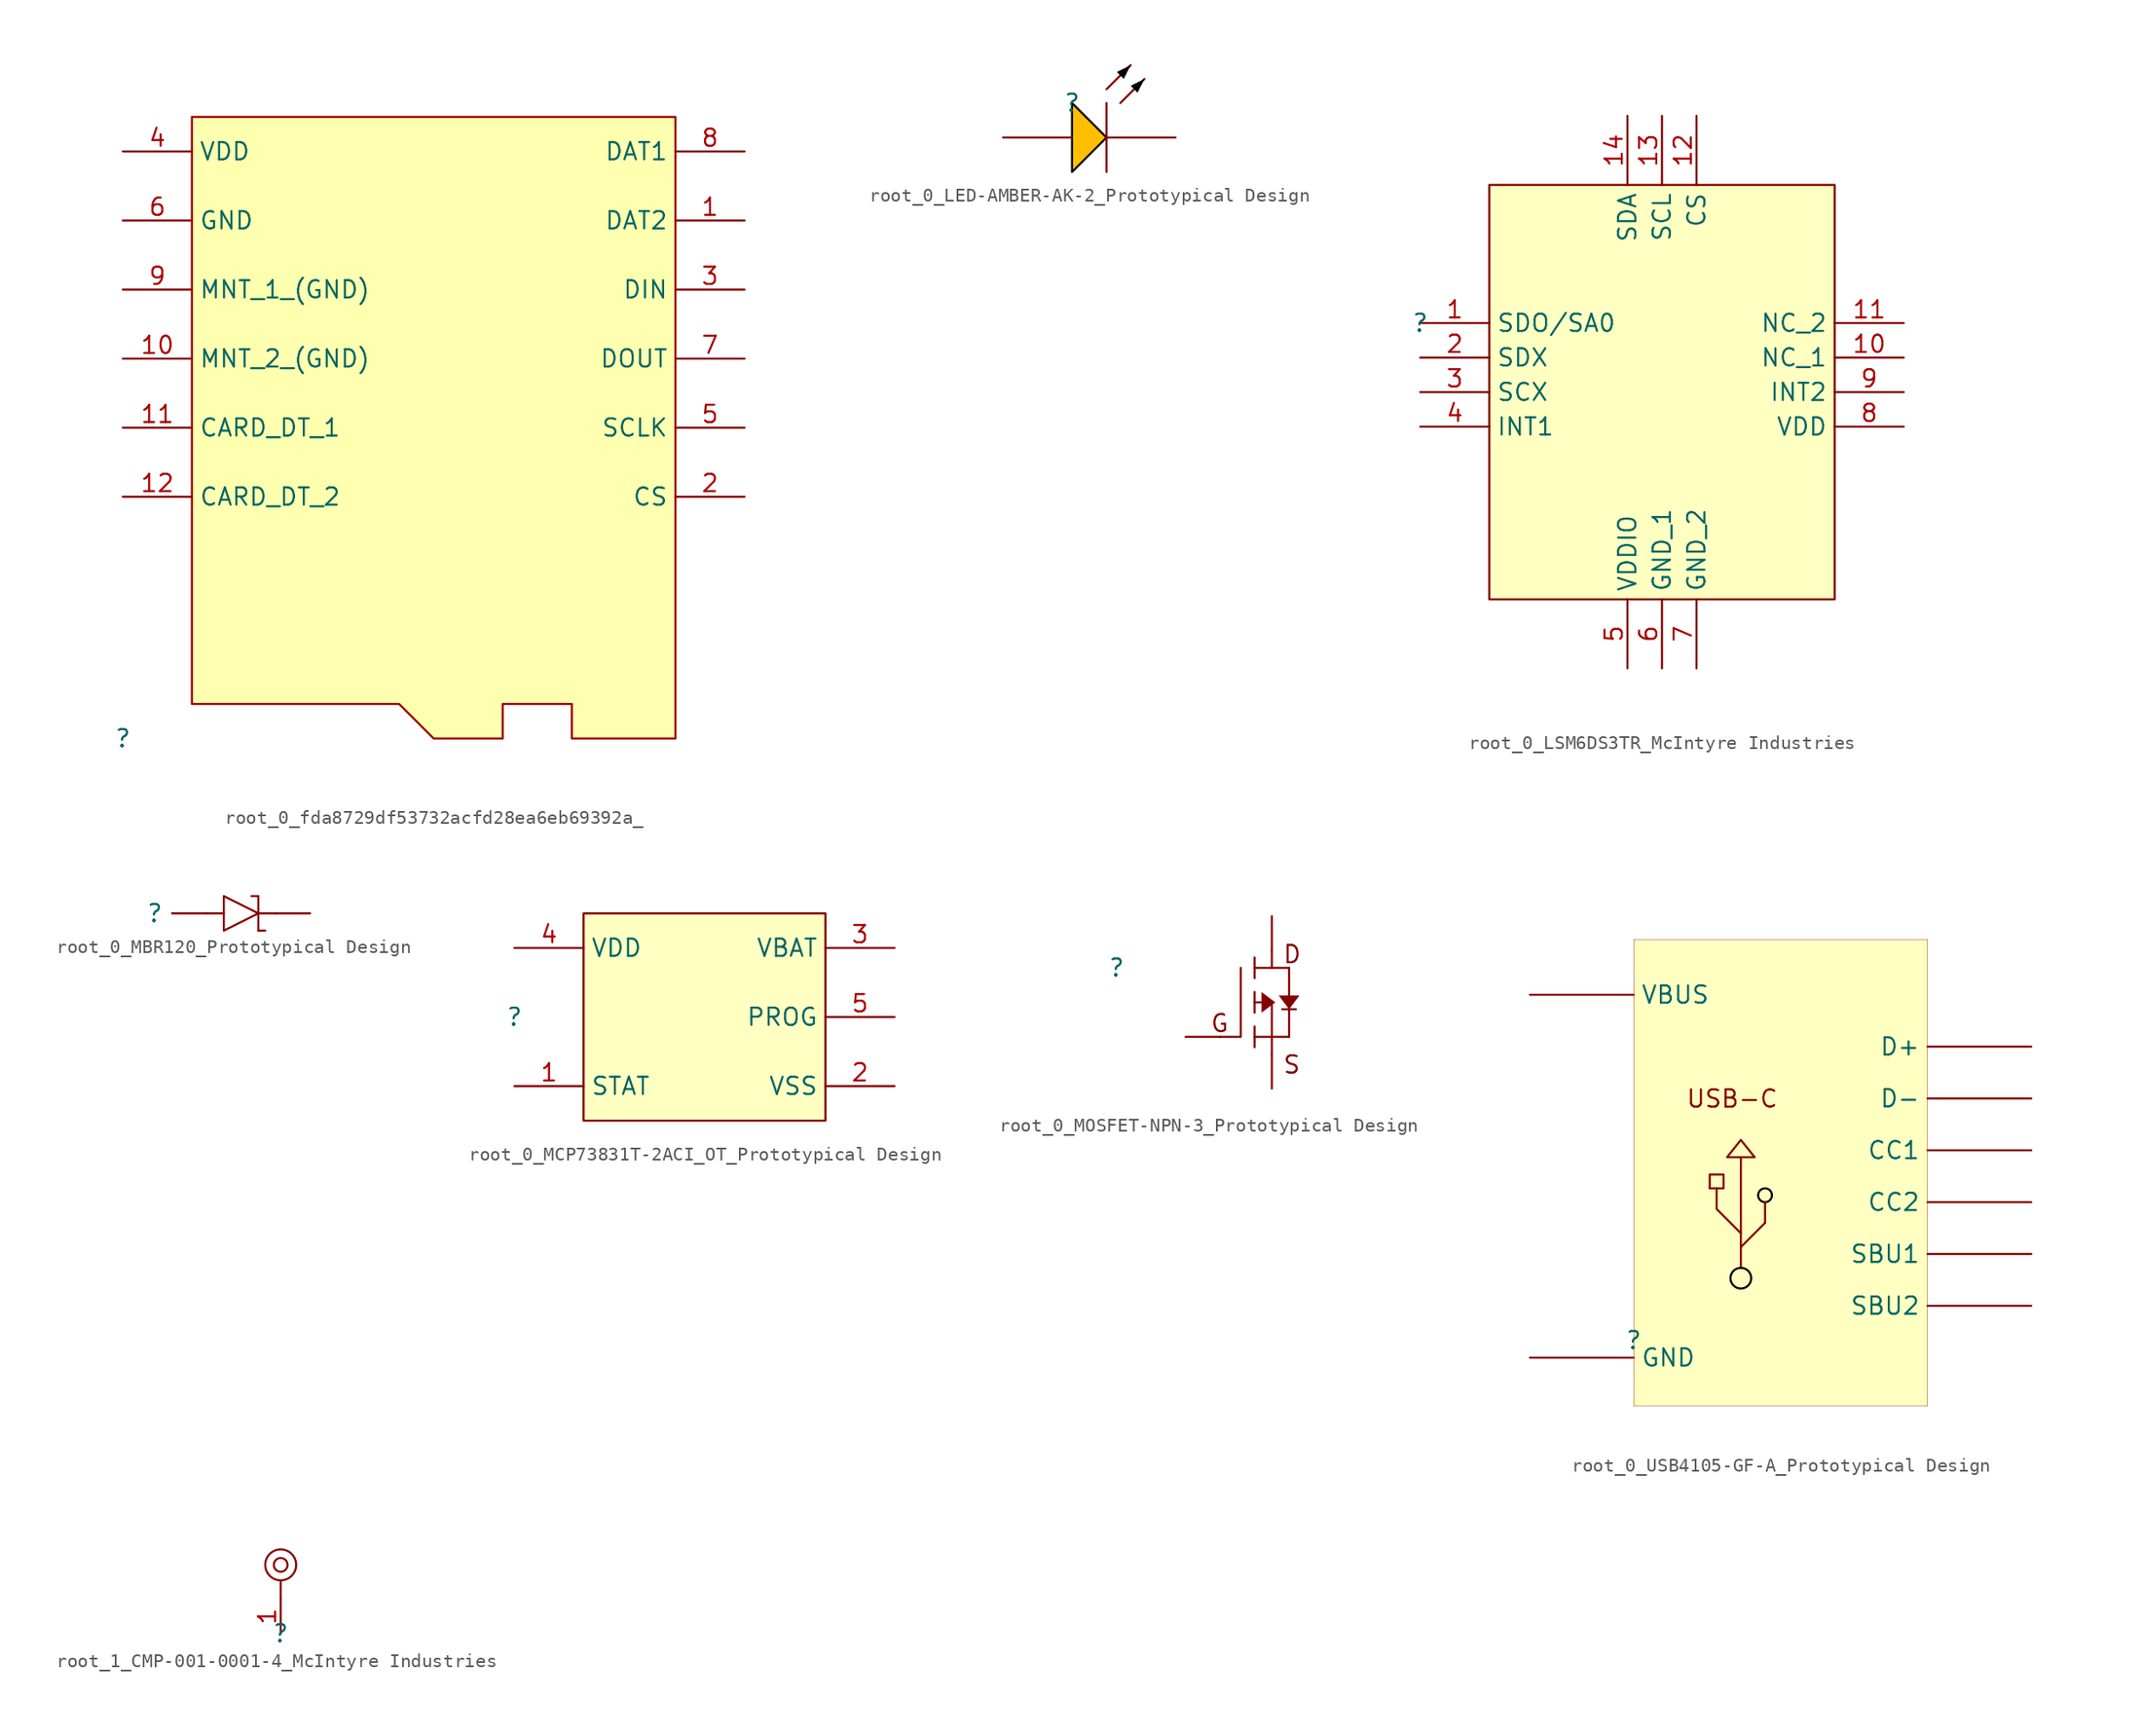
<source format=kicad_sym>
(kicad_symbol_lib
  (version 20241209)
  (generator "kicad_symbol_editor")
  (generator_version "9.0")
  (symbol "root_0_fda8729df53732acfd28ea6eb69392a_"
    (property "Reference" ""
      (at 0 0 0)
      (effects (font (size 1.27 1.27))))
    (property "Value" ""
      (at 0 0 0)
      (effects (font (size 1.27 1.27))))
    (symbol "root_0_fda8729df53732acfd28ea6eb69392a__1_0"
      (polyline (pts (xy 5.08 45.72) (xy 5.08 2.54) (xy 20.32 2.54) (xy 22.86 0) (xy 27.94 0) (xy 27.94 2.54) (xy 33.02 2.54) (xy 33.02 0) (xy 40.64 0) (xy 40.64 45.72) (xy 22.86 45.72) (xy 5.08 45.72)) (stroke (width 0) (type solid) (color 152 0 0 1)) (fill (type color) (color 255 255 176 1)))
      (pin passive line (at 0 43.18 0) (length 5.08) (name "VDD" (effects (font (size 1.27 1.27)))) (number "4" (effects (font (size 1.27 1.27)))))
      (pin passive line (at 0 38.1 0) (length 5.08) (name "GND" (effects (font (size 1.27 1.27)))) (number "6" (effects (font (size 1.27 1.27)))))
      (pin passive line (at 0 33.02 0) (length 5.08) (name "MNT_1_(GND)" (effects (font (size 1.27 1.27)))) (number "9" (effects (font (size 1.27 1.27)))))
      (pin passive line (at 0 27.94 0) (length 5.08) (name "MNT_2_(GND)" (effects (font (size 1.27 1.27)))) (number "10" (effects (font (size 1.27 1.27)))))
      (pin passive line (at 0 22.86 0) (length 5.08) (name "CARD_DT_1" (effects (font (size 1.27 1.27)))) (number "11" (effects (font (size 1.27 1.27)))))
      (pin passive line (at 0 17.78 0) (length 5.08) (name "CARD_DT_2" (effects (font (size 1.27 1.27)))) (number "12" (effects (font (size 1.27 1.27)))))
      (pin bidirectional line (at 45.72 43.18 180) (length 5.08) (name "DAT1" (effects (font (size 1.27 1.27)))) (number "8" (effects (font (size 1.27 1.27)))))
      (pin bidirectional line (at 45.72 38.1 180) (length 5.08) (name "DAT2" (effects (font (size 1.27 1.27)))) (number "1" (effects (font (size 1.27 1.27)))))
      (pin input line (at 45.72 33.02 180) (length 5.08) (name "DIN" (effects (font (size 1.27 1.27)))) (number "3" (effects (font (size 1.27 1.27)))))
      (pin output line (at 45.72 27.94 180) (length 5.08) (name "DOUT" (effects (font (size 1.27 1.27)))) (number "7" (effects (font (size 1.27 1.27)))))
      (pin input line (at 45.72 22.86 180) (length 5.08) (name "SCLK" (effects (font (size 1.27 1.27)))) (number "5" (effects (font (size 1.27 1.27)))))
      (pin input line (at 45.72 17.78 180) (length 5.08) (name "CS" (effects (font (size 1.27 1.27)))) (number "2" (effects (font (size 1.27 1.27)))))))
  (symbol "root_0_LED-AMBER-AK-2_Prototypical Design"
    (pin_numbers
      (hide yes))
    (pin_names
      (hide yes))
    (property "Reference" ""
      (at 0 0 0)
      (effects (font (size 1.27 1.27))))
    (property "Value" ""
      (at 0 0 0)
      (effects (font (size 1.27 1.27))))
    (symbol "root_0_LED-AMBER-AK-2_Prototypical Design_1_0"
      (polyline (pts (xy 0 -5.08) (xy 2.54 -2.54) (xy 0 0) (xy 0 -5.08)) (stroke (width 0) (type solid) (color 0 0 0 1)) (fill (type color) (color 255 191 0 1)))
      (polyline (pts (xy 2.54 1.016) (xy 4.318 2.794)) (stroke (width 0) (type solid)) (fill (type none)))
      (polyline (pts (xy 2.54 0) (xy 2.54 -5.08)) (stroke (width 0) (type solid)) (fill (type none)))
      (polyline (pts (xy 3.556 0) (xy 5.334 1.778)) (stroke (width 0) (type solid)) (fill (type none)))
      (polyline (pts (xy 4.318 2.794) (xy 3.302 2.286) (xy 3.81 1.778) (xy 4.318 2.794)) (stroke (width -0.0001) (type solid) (color 0 0 0 1)) (fill (type outline)))
      (polyline (pts (xy 5.334 1.778) (xy 4.318 1.27) (xy 4.826 0.762) (xy 5.334 1.778)) (stroke (width -0.0001) (type solid) (color 0 0 0 1)) (fill (type outline)))
      (pin passive line (at -5.08 -2.54 0) (length 5.08) (name "A" (effects (font (size 1.27 1.27)))) (number "1" (effects (font (size 1.27 1.27)))))
      (pin passive line (at 7.62 -2.54 180) (length 5.08) (name "K" (effects (font (size 1.27 1.27)))) (number "2" (effects (font (size 1.27 1.27)))))))
  (symbol "root_0_LSM6DS3TR_McIntyre Industries"
    (property "Reference" ""
      (at 0 0 0)
      (effects (font (size 1.27 1.27))))
    (property "Value" ""
      (at 0 0 0)
      (effects (font (size 1.27 1.27))))
    (symbol "root_0_LSM6DS3TR_McIntyre Industries_1_0"
      (rectangle (start 30.48 10.16) (end 5.08 -20.32) (stroke (width 0) (type solid) (color 128 0 0 1)) (fill (type background)))
      (pin passive line (at 0 0 0) (length 5.08) (name "SDO/SA0" (effects (font (size 1.27 1.27)))) (number "1" (effects (font (size 1.27 1.27)))))
      (pin passive line (at 0 -2.54 0) (length 5.08) (name "SDX" (effects (font (size 1.27 1.27)))) (number "2" (effects (font (size 1.27 1.27)))))
      (pin passive line (at 0 -5.08 0) (length 5.08) (name "SCX" (effects (font (size 1.27 1.27)))) (number "3" (effects (font (size 1.27 1.27)))))
      (pin passive line (at 0 -7.62 0) (length 5.08) (name "INT1" (effects (font (size 1.27 1.27)))) (number "4" (effects (font (size 1.27 1.27)))))
      (pin passive line (at 15.24 15.24 270) (length 5.08) (name "SDA" (effects (font (size 1.27 1.27)))) (number "14" (effects (font (size 1.27 1.27)))))
      (pin passive line (at 15.24 -25.4 90) (length 5.08) (name "VDDIO" (effects (font (size 1.27 1.27)))) (number "5" (effects (font (size 1.27 1.27)))))
      (pin passive line (at 17.78 15.24 270) (length 5.08) (name "SCL" (effects (font (size 1.27 1.27)))) (number "13" (effects (font (size 1.27 1.27)))))
      (pin passive line (at 17.78 -25.4 90) (length 5.08) (name "GND_1" (effects (font (size 1.27 1.27)))) (number "6" (effects (font (size 1.27 1.27)))))
      (pin passive line (at 20.32 15.24 270) (length 5.08) (name "CS" (effects (font (size 1.27 1.27)))) (number "12" (effects (font (size 1.27 1.27)))))
      (pin passive line (at 20.32 -25.4 90) (length 5.08) (name "GND_2" (effects (font (size 1.27 1.27)))) (number "7" (effects (font (size 1.27 1.27)))))
      (pin passive line (at 35.56 0 180) (length 5.08) (name "NC_2" (effects (font (size 1.27 1.27)))) (number "11" (effects (font (size 1.27 1.27)))))
      (pin passive line (at 35.56 -2.54 180) (length 5.08) (name "NC_1" (effects (font (size 1.27 1.27)))) (number "10" (effects (font (size 1.27 1.27)))))
      (pin passive line (at 35.56 -5.08 180) (length 5.08) (name "INT2" (effects (font (size 1.27 1.27)))) (number "9" (effects (font (size 1.27 1.27)))))
      (pin passive line (at 35.56 -7.62 180) (length 5.08) (name "VDD" (effects (font (size 1.27 1.27)))) (number "8" (effects (font (size 1.27 1.27)))))))
  (symbol "root_0_MBR120_Prototypical Design"
    (pin_numbers
      (hide yes))
    (pin_names
      (hide yes))
    (property "Reference" ""
      (at 0 0 0)
      (effects (font (size 1.27 1.27))))
    (property "Value" ""
      (at 0 0 0)
      (effects (font (size 1.27 1.27))))
    (symbol "root_0_MBR120_Prototypical Design_1_0"
      (polyline (pts (xy 3.81 0) (xy 5.08 0)) (stroke (width 0) (type solid)) (fill (type none)))
      (polyline (pts (xy 5.08 -1.27) (xy 7.62 0) (xy 5.08 1.27) (xy 5.08 -1.27)) (stroke (width 0) (type solid)) (fill (type none)))
      (polyline (pts (xy 7.62 1.27) (xy 7.112 1.27)) (stroke (width 0) (type solid)) (fill (type none)))
      (polyline (pts (xy 7.62 1.27) (xy 7.62 -1.27)) (stroke (width 0) (type solid)) (fill (type none)))
      (polyline (pts (xy 7.62 0) (xy 8.89 0)) (stroke (width 0) (type solid)) (fill (type none)))
      (polyline (pts (xy 7.62 -1.27) (xy 8.128 -1.27)) (stroke (width 0) (type solid)) (fill (type none)))
      (pin passive line (at 1.27 0 0) (length 2.54) (name "A" (effects (font (size 1.27 1.27)))) (number "2" (effects (font (size 1.27 1.27)))))
      (pin passive line (at 11.43 0 180) (length 2.54) (name "K" (effects (font (size 1.27 1.27)))) (number "1" (effects (font (size 1.27 1.27)))))))
  (symbol "root_0_MCP73831T-2ACI_OT_Prototypical Design"
    (property "Reference" ""
      (at 0 0 0)
      (effects (font (size 1.27 1.27))))
    (property "Value" ""
      (at 0 0 0)
      (effects (font (size 1.27 1.27))))
    (symbol "root_0_MCP73831T-2ACI_OT_Prototypical Design_1_0"
      (rectangle (start 22.86 7.62) (end 5.08 -7.62) (stroke (width 0) (type solid) (color 128 0 0 1)) (fill (type background)))
      (pin passive line (at 0 5.08 0) (length 5.08) (name "VDD" (effects (font (size 1.27 1.27)))) (number "4" (effects (font (size 1.27 1.27)))))
      (pin output line (at 0 -5.08 0) (length 5.08) (name "STAT" (effects (font (size 1.27 1.27)))) (number "1" (effects (font (size 1.27 1.27)))))
      (pin passive line (at 27.94 5.08 180) (length 5.08) (name "VBAT" (effects (font (size 1.27 1.27)))) (number "3" (effects (font (size 1.27 1.27)))))
      (pin input line (at 27.94 0 180) (length 5.08) (name "PROG" (effects (font (size 1.27 1.27)))) (number "5" (effects (font (size 1.27 1.27)))))
      (pin passive line (at 27.94 -5.08 180) (length 5.08) (name "VSS" (effects (font (size 1.27 1.27)))) (number "2" (effects (font (size 1.27 1.27)))))))
  (symbol "root_0_MOSFET-NPN-3_Prototypical Design"
    (pin_numbers
      (hide yes))
    (pin_names
      (hide yes))
    (property "Reference" ""
      (at 0 0 0)
      (effects (font (size 1.27 1.27))))
    (property "Value" ""
      (at 0 0 0)
      (effects (font (size 1.27 1.27))))
    (symbol "root_0_MOSFET-NPN-3_Prototypical Design_1_0"
      (polyline (pts (xy 9.144 0) (xy 9.144 -5.08) (xy 7.62 -5.08)) (stroke (width 0) (type solid)) (fill (type none)))
      (polyline (pts (xy 10.16 0) (xy 10.16 0.762)) (stroke (width 0) (type solid)) (fill (type none)))
      (polyline (pts (xy 10.16 -2.54) (xy 10.16 -1.778)) (stroke (width 0) (type solid)) (fill (type none)))
      (polyline (pts (xy 10.16 -2.54) (xy 10.16 -3.302)) (stroke (width 0) (type solid)) (fill (type none)))
      (polyline (pts (xy 10.16 -2.54) (xy 11.43 -2.54) (xy 11.43 -5.08)) (stroke (width 0) (type solid)) (fill (type none)))
      (polyline (pts (xy 10.16 -5.08) (xy 10.16 -4.318)) (stroke (width 0) (type solid)) (fill (type none)))
      (polyline (pts (xy 10.16 -5.08) (xy 10.16 -5.842)) (stroke (width 0) (type solid)) (fill (type none)))
      (polyline (pts (xy 11.43 0) (xy 11.43 1.27)) (stroke (width 0) (type solid)) (fill (type none)))
      (polyline (pts (xy 11.43 -5.08) (xy 11.43 -6.35)) (stroke (width 0) (type solid)) (fill (type none)))
      (polyline (pts (xy 11.684 -2.54) (xy 10.668 -1.778) (xy 10.668 -3.302) (xy 11.684 -2.54)) (stroke (width -0.0001) (type solid)) (fill (type outline)))
      (polyline (pts (xy 12.192 -3.048) (xy 13.208 -3.048)) (stroke (width 0) (type solid)) (fill (type none)))
      (polyline (pts (xy 12.7 0) (xy 12.7 -5.08)) (stroke (width 0) (type solid)) (fill (type none)))
      (polyline (pts (xy 12.7 0) (xy 10.16 0) (xy 10.16 -0.762)) (stroke (width 0) (type solid)) (fill (type none)))
      (polyline (pts (xy 12.7 -3.048) (xy 13.462 -2.032) (xy 11.938 -2.032) (xy 12.7 -3.048)) (stroke (width -0.0001) (type solid)) (fill (type outline)))
      (polyline (pts (xy 12.7 -5.08) (xy 10.16 -5.08)) (stroke (width 0) (type solid)) (fill (type none)))
      (text "G" (at 6.858 -4.826 0) (effects (font (size 1.27 1.27)) (justify left bottom)))
      (text "D" (at 12.192 0.254 0) (effects (font (size 1.27 1.27)) (justify left bottom)))
      (text "S" (at 12.192 -7.874 0) (effects (font (size 1.27 1.27)) (justify left bottom)))
      (pin passive line (at 5.08 -5.08 0) (length 2.54) (name "G" (effects (font (size 1.27 1.27)))) (number "1" (effects (font (size 1.27 1.27)))))
      (pin passive line (at 11.43 3.81 270) (length 2.54) (name "D" (effects (font (size 1.27 1.27)))) (number "3" (effects (font (size 1.27 1.27)))))
      (pin passive line (at 11.43 -8.89 90) (length 2.54) (name "S" (effects (font (size 1.27 1.27)))) (number "2" (effects (font (size 1.27 1.27)))))))
  (symbol "root_0_USB4105-GF-A_Prototypical Design"
    (pin_numbers
      (hide yes))
    (property "Reference" ""
      (at 0 0 0)
      (effects (font (size 1.27 1.27))))
    (property "Value" ""
      (at 0 0 0)
      (effects (font (size 1.27 1.27))))
    (symbol "root_0_USB4105-GF-A_Prototypical Design_1_0"
      (polyline (pts (xy 6.096 11.176) (xy 5.588 11.176)) (stroke (width 0) (type solid)) (fill (type none)))
      (polyline (pts (xy 7.874 7.874) (xy 6.096 9.652) (xy 6.096 11.176) (xy 6.604 11.176) (xy 6.604 12.192) (xy 5.588 12.192) (xy 5.588 11.176)) (stroke (width 0) (type solid)) (fill (type none)))
      (polyline (pts (xy 7.874 6.858) (xy 9.652 8.636)) (stroke (width 0) (type solid)) (fill (type none)))
      (polyline (pts (xy 7.874 5.334) (xy 7.874 13.462) (xy 8.89 13.462) (xy 7.874 14.732) (xy 6.858 13.462) (xy 7.874 13.462)) (stroke (width 0) (type solid)) (fill (type none)))
      (circle (center 7.874 4.572) (radius 0.762) (stroke (width 0) (type solid) (color 0 0 0 1)) (fill (type none)))
      (circle (center 9.652 10.668) (radius 0.508) (stroke (width 0) (type solid) (color 0 0 0 1)) (fill (type none)))
      (polyline (pts (xy 9.652 8.636) (xy 9.652 10.16)) (stroke (width 0) (type solid)) (fill (type none)))
      (rectangle (start 21.59 29.464) (end 0 -4.826) (stroke (width 0.025) (type solid) (color 128 0 0 1)) (fill (type background)))
      (text "USB-C" (at 3.81 17.018 0) (effects (font (size 1.27 1.27)) (justify left bottom)))
      (pin passive line (at -7.62 25.4 0) (length 7.62) (name "VBUS" (effects (font (size 1.27 1.27)))) (number "A4B9,B4A9" (effects (font (size 1.27 1.27)))))
      (pin passive line (at -7.62 -1.27 0) (length 7.62) (name "GND" (effects (font (size 1.27 1.27)))) (number "A1B12,B1A12,M1,M2,M3,M4" (effects (font (size 1.27 1.27)))))
      (pin bidirectional line (at 29.21 21.59 180) (length 7.62) (name "D+" (effects (font (size 1.27 1.27)))) (number "A6,B6" (effects (font (size 1.27 1.27)))))
      (pin bidirectional line (at 29.21 17.78 180) (length 7.62) (name "D-" (effects (font (size 1.27 1.27)))) (number "A7,B7" (effects (font (size 1.27 1.27)))))
      (pin bidirectional line (at 29.21 13.97 180) (length 7.62) (name "CC1" (effects (font (size 1.27 1.27)))) (number "A5" (effects (font (size 1.27 1.27)))))
      (pin bidirectional line (at 29.21 10.16 180) (length 7.62) (name "CC2" (effects (font (size 1.27 1.27)))) (number "B5" (effects (font (size 1.27 1.27)))))
      (pin bidirectional line (at 29.21 6.35 180) (length 7.62) (name "SBU1" (effects (font (size 1.27 1.27)))) (number "A8" (effects (font (size 1.27 1.27)))))
      (pin bidirectional line (at 29.21 2.54 180) (length 7.62) (name "SBU2" (effects (font (size 1.27 1.27)))) (number "B8" (effects (font (size 1.27 1.27)))))))
  (symbol "root_1_CMP-001-0001-4_McIntyre Industries"
    (pin_names
      (hide yes))
    (property "Reference" ""
      (at 0 0 0)
      (effects (font (size 1.27 1.27))))
    (property "Value" ""
      (at 0 0 0)
      (effects (font (size 1.27 1.27))))
    (symbol "root_1_CMP-001-0001-4_McIntyre Industries_1_0"
      (circle (center 0 5.08) (radius 0.508) (stroke (width 0) (type solid)) (fill (type none)))
      (circle (center 0 5.08) (radius 1.143) (stroke (width 0) (type solid)) (fill (type none)))
      (polyline (pts (xy 0 3.81) (xy 0 2.54)) (stroke (width 0) (type solid)) (fill (type none)))
      (pin passive line (at 0 0 90) (length 2.54) (name "TP" (effects (font (size 1.27 1.27)))) (number "1" (effects (font (size 1.27 1.27))))))))
</source>
